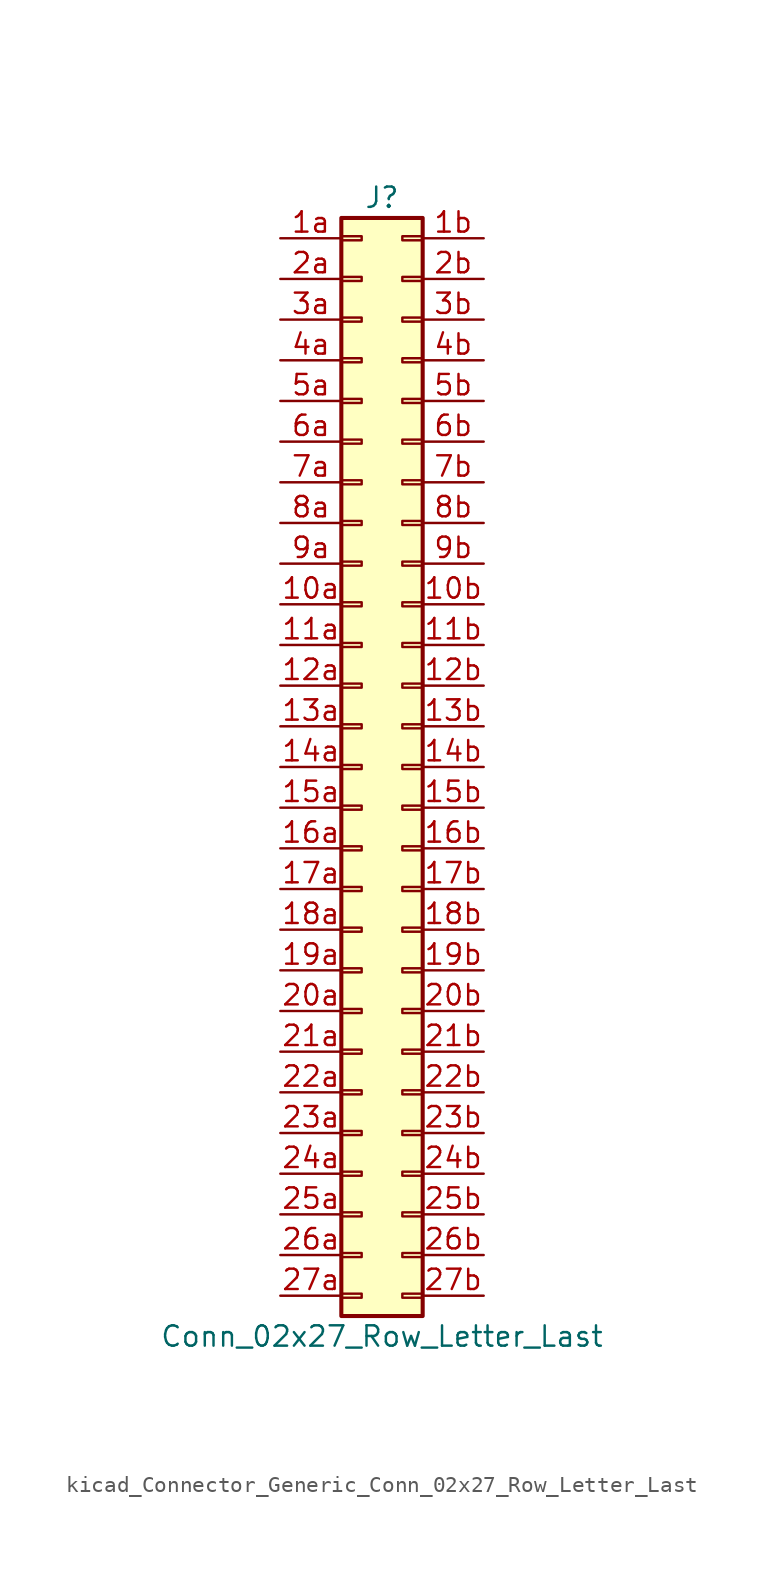
<source format=kicad_sym>
(kicad_symbol_lib
  (version 20220914)
  (generator kicad_symbol_editor)
  (symbol "kicad_Connector_Generic_Conn_02x27_Row_Letter_Last"
    (pin_names
      (offset 1.016) hide)
    (property "Reference" "J"
      (at 1.27 35.56 0)
      (effects (font (size 1.27 1.27))))
    (property "Value" "Conn_02x27_Row_Letter_Last"
      (at 1.27 -35.56 0)
      (effects (font (size 1.27 1.27))))
    (symbol "kicad_Connector_Generic_Conn_02x27_Row_Letter_Last_1_1"
      (rectangle (start -1.27 -32.893) (end 0 -33.147) (stroke (width 0.152) (type default)) (fill (type none)))
      (rectangle (start -1.27 -30.353) (end 0 -30.607) (stroke (width 0.152) (type default)) (fill (type none)))
      (rectangle (start -1.27 -27.813) (end 0 -28.067) (stroke (width 0.152) (type default)) (fill (type none)))
      (rectangle (start -1.27 -25.273) (end 0 -25.527) (stroke (width 0.152) (type default)) (fill (type none)))
      (rectangle (start -1.27 -22.733) (end 0 -22.987) (stroke (width 0.152) (type default)) (fill (type none)))
      (rectangle (start -1.27 -20.193) (end 0 -20.447) (stroke (width 0.152) (type default)) (fill (type none)))
      (rectangle (start -1.27 -17.653) (end 0 -17.907) (stroke (width 0.152) (type default)) (fill (type none)))
      (rectangle (start -1.27 -15.113) (end 0 -15.367) (stroke (width 0.152) (type default)) (fill (type none)))
      (rectangle (start -1.27 -12.573) (end 0 -12.827) (stroke (width 0.152) (type default)) (fill (type none)))
      (rectangle (start -1.27 -10.033) (end 0 -10.287) (stroke (width 0.152) (type default)) (fill (type none)))
      (rectangle (start -1.27 -7.493) (end 0 -7.747) (stroke (width 0.152) (type default)) (fill (type none)))
      (rectangle (start -1.27 -4.953) (end 0 -5.207) (stroke (width 0.152) (type default)) (fill (type none)))
      (rectangle (start -1.27 -2.413) (end 0 -2.667) (stroke (width 0.152) (type default)) (fill (type none)))
      (rectangle (start -1.27 0.127) (end 0 -0.127) (stroke (width 0.152) (type default)) (fill (type none)))
      (rectangle (start -1.27 2.667) (end 0 2.413) (stroke (width 0.152) (type default)) (fill (type none)))
      (rectangle (start -1.27 5.207) (end 0 4.953) (stroke (width 0.152) (type default)) (fill (type none)))
      (rectangle (start -1.27 7.747) (end 0 7.493) (stroke (width 0.152) (type default)) (fill (type none)))
      (rectangle (start -1.27 10.287) (end 0 10.033) (stroke (width 0.152) (type default)) (fill (type none)))
      (rectangle (start -1.27 12.827) (end 0 12.573) (stroke (width 0.152) (type default)) (fill (type none)))
      (rectangle (start -1.27 15.367) (end 0 15.113) (stroke (width 0.152) (type default)) (fill (type none)))
      (rectangle (start -1.27 17.907) (end 0 17.653) (stroke (width 0.152) (type default)) (fill (type none)))
      (rectangle (start -1.27 20.447) (end 0 20.193) (stroke (width 0.152) (type default)) (fill (type none)))
      (rectangle (start -1.27 22.987) (end 0 22.733) (stroke (width 0.152) (type default)) (fill (type none)))
      (rectangle (start -1.27 25.527) (end 0 25.273) (stroke (width 0.152) (type default)) (fill (type none)))
      (rectangle (start -1.27 28.067) (end 0 27.813) (stroke (width 0.152) (type default)) (fill (type none)))
      (rectangle (start -1.27 30.607) (end 0 30.353) (stroke (width 0.152) (type default)) (fill (type none)))
      (rectangle (start -1.27 33.147) (end 0 32.893) (stroke (width 0.152) (type default)) (fill (type none)))
      (rectangle (start -1.27 34.29) (end 3.81 -34.29) (stroke (width 0.254) (type default)) (fill (type background)))
      (rectangle (start 3.81 -32.893) (end 2.54 -33.147) (stroke (width 0.152) (type default)) (fill (type none)))
      (rectangle (start 3.81 -30.353) (end 2.54 -30.607) (stroke (width 0.152) (type default)) (fill (type none)))
      (rectangle (start 3.81 -27.813) (end 2.54 -28.067) (stroke (width 0.152) (type default)) (fill (type none)))
      (rectangle (start 3.81 -25.273) (end 2.54 -25.527) (stroke (width 0.152) (type default)) (fill (type none)))
      (rectangle (start 3.81 -22.733) (end 2.54 -22.987) (stroke (width 0.152) (type default)) (fill (type none)))
      (rectangle (start 3.81 -20.193) (end 2.54 -20.447) (stroke (width 0.152) (type default)) (fill (type none)))
      (rectangle (start 3.81 -17.653) (end 2.54 -17.907) (stroke (width 0.152) (type default)) (fill (type none)))
      (rectangle (start 3.81 -15.113) (end 2.54 -15.367) (stroke (width 0.152) (type default)) (fill (type none)))
      (rectangle (start 3.81 -12.573) (end 2.54 -12.827) (stroke (width 0.152) (type default)) (fill (type none)))
      (rectangle (start 3.81 -10.033) (end 2.54 -10.287) (stroke (width 0.152) (type default)) (fill (type none)))
      (rectangle (start 3.81 -7.493) (end 2.54 -7.747) (stroke (width 0.152) (type default)) (fill (type none)))
      (rectangle (start 3.81 -4.953) (end 2.54 -5.207) (stroke (width 0.152) (type default)) (fill (type none)))
      (rectangle (start 3.81 -2.413) (end 2.54 -2.667) (stroke (width 0.152) (type default)) (fill (type none)))
      (rectangle (start 3.81 0.127) (end 2.54 -0.127) (stroke (width 0.152) (type default)) (fill (type none)))
      (rectangle (start 3.81 2.667) (end 2.54 2.413) (stroke (width 0.152) (type default)) (fill (type none)))
      (rectangle (start 3.81 5.207) (end 2.54 4.953) (stroke (width 0.152) (type default)) (fill (type none)))
      (rectangle (start 3.81 7.747) (end 2.54 7.493) (stroke (width 0.152) (type default)) (fill (type none)))
      (rectangle (start 3.81 10.287) (end 2.54 10.033) (stroke (width 0.152) (type default)) (fill (type none)))
      (rectangle (start 3.81 12.827) (end 2.54 12.573) (stroke (width 0.152) (type default)) (fill (type none)))
      (rectangle (start 3.81 15.367) (end 2.54 15.113) (stroke (width 0.152) (type default)) (fill (type none)))
      (rectangle (start 3.81 17.907) (end 2.54 17.653) (stroke (width 0.152) (type default)) (fill (type none)))
      (rectangle (start 3.81 20.447) (end 2.54 20.193) (stroke (width 0.152) (type default)) (fill (type none)))
      (rectangle (start 3.81 22.987) (end 2.54 22.733) (stroke (width 0.152) (type default)) (fill (type none)))
      (rectangle (start 3.81 25.527) (end 2.54 25.273) (stroke (width 0.152) (type default)) (fill (type none)))
      (rectangle (start 3.81 28.067) (end 2.54 27.813) (stroke (width 0.152) (type default)) (fill (type none)))
      (rectangle (start 3.81 30.607) (end 2.54 30.353) (stroke (width 0.152) (type default)) (fill (type none)))
      (rectangle (start 3.81 33.147) (end 2.54 32.893) (stroke (width 0.152) (type default)) (fill (type none)))
      (pin passive line (at -5.08 10.16 0) (length 3.81) (name "Pin_10a" (effects (font (size 1.27 1.27)))) (number "10a" (effects (font (size 1.27 1.27)))))
      (pin passive line (at 7.62 10.16 180) (length 3.81) (name "Pin_10b" (effects (font (size 1.27 1.27)))) (number "10b" (effects (font (size 1.27 1.27)))))
      (pin passive line (at -5.08 7.62 0) (length 3.81) (name "Pin_11a" (effects (font (size 1.27 1.27)))) (number "11a" (effects (font (size 1.27 1.27)))))
      (pin passive line (at 7.62 7.62 180) (length 3.81) (name "Pin_11b" (effects (font (size 1.27 1.27)))) (number "11b" (effects (font (size 1.27 1.27)))))
      (pin passive line (at -5.08 5.08 0) (length 3.81) (name "Pin_12a" (effects (font (size 1.27 1.27)))) (number "12a" (effects (font (size 1.27 1.27)))))
      (pin passive line (at 7.62 5.08 180) (length 3.81) (name "Pin_12b" (effects (font (size 1.27 1.27)))) (number "12b" (effects (font (size 1.27 1.27)))))
      (pin passive line (at -5.08 2.54 0) (length 3.81) (name "Pin_13a" (effects (font (size 1.27 1.27)))) (number "13a" (effects (font (size 1.27 1.27)))))
      (pin passive line (at 7.62 2.54 180) (length 3.81) (name "Pin_13b" (effects (font (size 1.27 1.27)))) (number "13b" (effects (font (size 1.27 1.27)))))
      (pin passive line (at -5.08 0 0) (length 3.81) (name "Pin_14a" (effects (font (size 1.27 1.27)))) (number "14a" (effects (font (size 1.27 1.27)))))
      (pin passive line (at 7.62 0 180) (length 3.81) (name "Pin_14b" (effects (font (size 1.27 1.27)))) (number "14b" (effects (font (size 1.27 1.27)))))
      (pin passive line (at -5.08 -2.54 0) (length 3.81) (name "Pin_15a" (effects (font (size 1.27 1.27)))) (number "15a" (effects (font (size 1.27 1.27)))))
      (pin passive line (at 7.62 -2.54 180) (length 3.81) (name "Pin_15b" (effects (font (size 1.27 1.27)))) (number "15b" (effects (font (size 1.27 1.27)))))
      (pin passive line (at -5.08 -5.08 0) (length 3.81) (name "Pin_16a" (effects (font (size 1.27 1.27)))) (number "16a" (effects (font (size 1.27 1.27)))))
      (pin passive line (at 7.62 -5.08 180) (length 3.81) (name "Pin_16b" (effects (font (size 1.27 1.27)))) (number "16b" (effects (font (size 1.27 1.27)))))
      (pin passive line (at -5.08 -7.62 0) (length 3.81) (name "Pin_17a" (effects (font (size 1.27 1.27)))) (number "17a" (effects (font (size 1.27 1.27)))))
      (pin passive line (at 7.62 -7.62 180) (length 3.81) (name "Pin_17b" (effects (font (size 1.27 1.27)))) (number "17b" (effects (font (size 1.27 1.27)))))
      (pin passive line (at -5.08 -10.16 0) (length 3.81) (name "Pin_18a" (effects (font (size 1.27 1.27)))) (number "18a" (effects (font (size 1.27 1.27)))))
      (pin passive line (at 7.62 -10.16 180) (length 3.81) (name "Pin_18b" (effects (font (size 1.27 1.27)))) (number "18b" (effects (font (size 1.27 1.27)))))
      (pin passive line (at -5.08 -12.7 0) (length 3.81) (name "Pin_19a" (effects (font (size 1.27 1.27)))) (number "19a" (effects (font (size 1.27 1.27)))))
      (pin passive line (at 7.62 -12.7 180) (length 3.81) (name "Pin_19b" (effects (font (size 1.27 1.27)))) (number "19b" (effects (font (size 1.27 1.27)))))
      (pin passive line (at -5.08 33.02 0) (length 3.81) (name "Pin_1a" (effects (font (size 1.27 1.27)))) (number "1a" (effects (font (size 1.27 1.27)))))
      (pin passive line (at 7.62 33.02 180) (length 3.81) (name "Pin_1b" (effects (font (size 1.27 1.27)))) (number "1b" (effects (font (size 1.27 1.27)))))
      (pin passive line (at -5.08 -15.24 0) (length 3.81) (name "Pin_20a" (effects (font (size 1.27 1.27)))) (number "20a" (effects (font (size 1.27 1.27)))))
      (pin passive line (at 7.62 -15.24 180) (length 3.81) (name "Pin_20b" (effects (font (size 1.27 1.27)))) (number "20b" (effects (font (size 1.27 1.27)))))
      (pin passive line (at -5.08 -17.78 0) (length 3.81) (name "Pin_21a" (effects (font (size 1.27 1.27)))) (number "21a" (effects (font (size 1.27 1.27)))))
      (pin passive line (at 7.62 -17.78 180) (length 3.81) (name "Pin_21b" (effects (font (size 1.27 1.27)))) (number "21b" (effects (font (size 1.27 1.27)))))
      (pin passive line (at -5.08 -20.32 0) (length 3.81) (name "Pin_22a" (effects (font (size 1.27 1.27)))) (number "22a" (effects (font (size 1.27 1.27)))))
      (pin passive line (at 7.62 -20.32 180) (length 3.81) (name "Pin_22b" (effects (font (size 1.27 1.27)))) (number "22b" (effects (font (size 1.27 1.27)))))
      (pin passive line (at -5.08 -22.86 0) (length 3.81) (name "Pin_23a" (effects (font (size 1.27 1.27)))) (number "23a" (effects (font (size 1.27 1.27)))))
      (pin passive line (at 7.62 -22.86 180) (length 3.81) (name "Pin_23b" (effects (font (size 1.27 1.27)))) (number "23b" (effects (font (size 1.27 1.27)))))
      (pin passive line (at -5.08 -25.4 0) (length 3.81) (name "Pin_24a" (effects (font (size 1.27 1.27)))) (number "24a" (effects (font (size 1.27 1.27)))))
      (pin passive line (at 7.62 -25.4 180) (length 3.81) (name "Pin_24b" (effects (font (size 1.27 1.27)))) (number "24b" (effects (font (size 1.27 1.27)))))
      (pin passive line (at -5.08 -27.94 0) (length 3.81) (name "Pin_25a" (effects (font (size 1.27 1.27)))) (number "25a" (effects (font (size 1.27 1.27)))))
      (pin passive line (at 7.62 -27.94 180) (length 3.81) (name "Pin_25b" (effects (font (size 1.27 1.27)))) (number "25b" (effects (font (size 1.27 1.27)))))
      (pin passive line (at -5.08 -30.48 0) (length 3.81) (name "Pin_26a" (effects (font (size 1.27 1.27)))) (number "26a" (effects (font (size 1.27 1.27)))))
      (pin passive line (at 7.62 -30.48 180) (length 3.81) (name "Pin_26b" (effects (font (size 1.27 1.27)))) (number "26b" (effects (font (size 1.27 1.27)))))
      (pin passive line (at -5.08 -33.02 0) (length 3.81) (name "Pin_27a" (effects (font (size 1.27 1.27)))) (number "27a" (effects (font (size 1.27 1.27)))))
      (pin passive line (at 7.62 -33.02 180) (length 3.81) (name "Pin_27b" (effects (font (size 1.27 1.27)))) (number "27b" (effects (font (size 1.27 1.27)))))
      (pin passive line (at -5.08 30.48 0) (length 3.81) (name "Pin_2a" (effects (font (size 1.27 1.27)))) (number "2a" (effects (font (size 1.27 1.27)))))
      (pin passive line (at 7.62 30.48 180) (length 3.81) (name "Pin_2b" (effects (font (size 1.27 1.27)))) (number "2b" (effects (font (size 1.27 1.27)))))
      (pin passive line (at -5.08 27.94 0) (length 3.81) (name "Pin_3a" (effects (font (size 1.27 1.27)))) (number "3a" (effects (font (size 1.27 1.27)))))
      (pin passive line (at 7.62 27.94 180) (length 3.81) (name "Pin_3b" (effects (font (size 1.27 1.27)))) (number "3b" (effects (font (size 1.27 1.27)))))
      (pin passive line (at -5.08 25.4 0) (length 3.81) (name "Pin_4a" (effects (font (size 1.27 1.27)))) (number "4a" (effects (font (size 1.27 1.27)))))
      (pin passive line (at 7.62 25.4 180) (length 3.81) (name "Pin_4b" (effects (font (size 1.27 1.27)))) (number "4b" (effects (font (size 1.27 1.27)))))
      (pin passive line (at -5.08 22.86 0) (length 3.81) (name "Pin_5a" (effects (font (size 1.27 1.27)))) (number "5a" (effects (font (size 1.27 1.27)))))
      (pin passive line (at 7.62 22.86 180) (length 3.81) (name "Pin_5b" (effects (font (size 1.27 1.27)))) (number "5b" (effects (font (size 1.27 1.27)))))
      (pin passive line (at -5.08 20.32 0) (length 3.81) (name "Pin_6a" (effects (font (size 1.27 1.27)))) (number "6a" (effects (font (size 1.27 1.27)))))
      (pin passive line (at 7.62 20.32 180) (length 3.81) (name "Pin_6b" (effects (font (size 1.27 1.27)))) (number "6b" (effects (font (size 1.27 1.27)))))
      (pin passive line (at -5.08 17.78 0) (length 3.81) (name "Pin_7a" (effects (font (size 1.27 1.27)))) (number "7a" (effects (font (size 1.27 1.27)))))
      (pin passive line (at 7.62 17.78 180) (length 3.81) (name "Pin_7b" (effects (font (size 1.27 1.27)))) (number "7b" (effects (font (size 1.27 1.27)))))
      (pin passive line (at -5.08 15.24 0) (length 3.81) (name "Pin_8a" (effects (font (size 1.27 1.27)))) (number "8a" (effects (font (size 1.27 1.27)))))
      (pin passive line (at 7.62 15.24 180) (length 3.81) (name "Pin_8b" (effects (font (size 1.27 1.27)))) (number "8b" (effects (font (size 1.27 1.27)))))
      (pin passive line (at -5.08 12.7 0) (length 3.81) (name "Pin_9a" (effects (font (size 1.27 1.27)))) (number "9a" (effects (font (size 1.27 1.27)))))
      (pin passive line (at 7.62 12.7 180) (length 3.81) (name "Pin_9b" (effects (font (size 1.27 1.27)))) (number "9b" (effects (font (size 1.27 1.27))))))))
</source>
